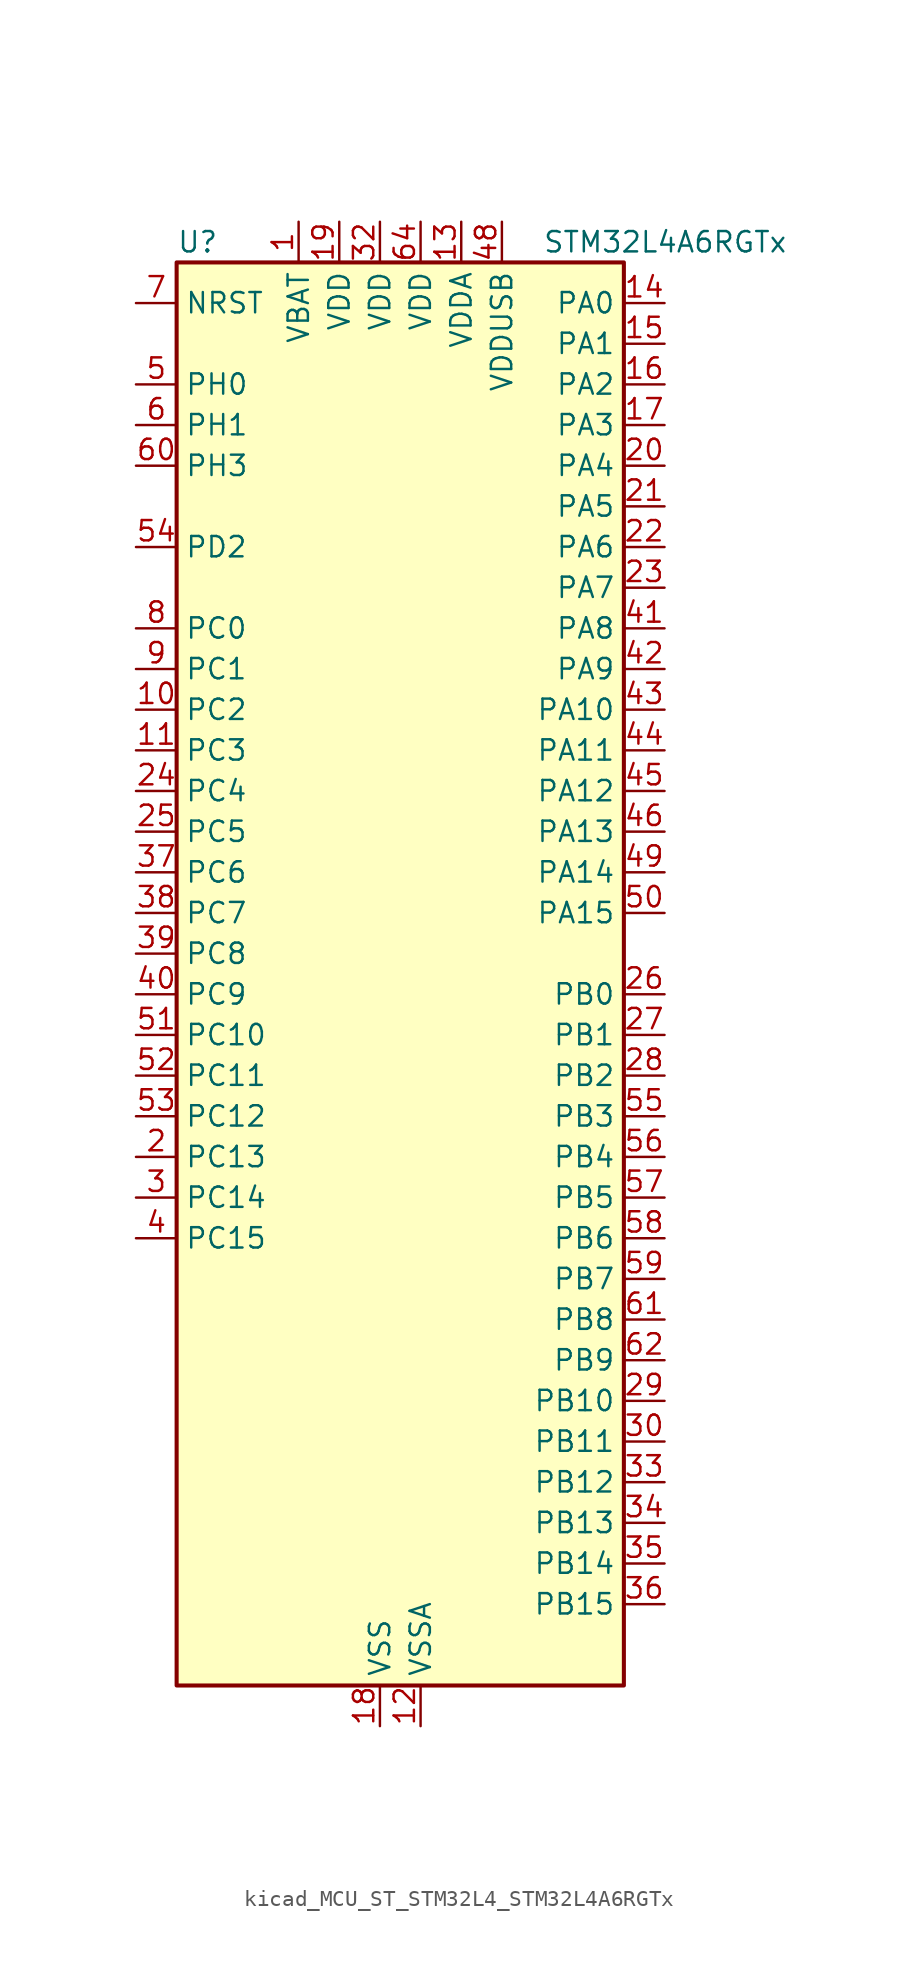
<source format=kicad_sym>
(kicad_symbol_lib
  (version 20220914)
  (generator kicad_symbol_editor)
  (symbol "kicad_MCU_ST_STM32L4_STM32L4A6RGTx"
    (property "Reference" "U"
      (at -12.7 46.99 0)
      (effects (font (size 1.27 1.27)) (justify left)))
    (property "Value" "STM32L4A6RGTx"
      (at 10.16 46.99 0)
      (effects (font (size 1.27 1.27)) (justify left)))
    (property "ki_locked" ""
      (at 0 0 0)
      (effects (font (size 1.27 1.27))))
    (symbol "kicad_MCU_ST_STM32L4_STM32L4A6RGTx_0_1"
      (rectangle (start -12.7 -43.18) (end 15.24 45.72) (stroke (width 0.254) (type default)) (fill (type background))))
    (symbol "kicad_MCU_ST_STM32L4_STM32L4A6RGTx_1_1"
      (pin power_in line (at -5.08 48.26 270) (length 2.54) (name "VBAT" (effects (font (size 1.27 1.27)))) (number "1" (effects (font (size 1.27 1.27)))))
      (pin bidirectional line (at -15.24 17.78 0) (length 2.54) (name "PC2" (effects (font (size 1.27 1.27)))) (number "10" (effects (font (size 1.27 1.27)))) (alternate "ADC1_IN3" bidirectional line) (alternate "ADC2_IN3" bidirectional line) (alternate "ADC3_IN3" bidirectional line) (alternate "DFSDM1_CKOUT" bidirectional line) (alternate "LCD_SEG20" bidirectional line) (alternate "LPTIM1_IN2" bidirectional line) (alternate "QUADSPI_BK2_IO1" bidirectional line) (alternate "SPI2_MISO" bidirectional line))
      (pin bidirectional line (at -15.24 15.24 0) (length 2.54) (name "PC3" (effects (font (size 1.27 1.27)))) (number "11" (effects (font (size 1.27 1.27)))) (alternate "ADC1_IN4" bidirectional line) (alternate "ADC2_IN4" bidirectional line) (alternate "ADC3_IN4" bidirectional line) (alternate "LCD_VLCD" bidirectional line) (alternate "LPTIM1_ETR" bidirectional line) (alternate "LPTIM2_ETR" bidirectional line) (alternate "QUADSPI_BK2_IO2" bidirectional line) (alternate "SAI1_SD_A" bidirectional line) (alternate "SPI2_MOSI" bidirectional line))
      (pin power_in line (at 2.54 -45.72 90) (length 2.54) (name "VSSA" (effects (font (size 1.27 1.27)))) (number "12" (effects (font (size 1.27 1.27)))))
      (pin power_in line (at 5.08 48.26 270) (length 2.54) (name "VDDA" (effects (font (size 1.27 1.27)))) (number "13" (effects (font (size 1.27 1.27)))))
      (pin bidirectional line (at 17.78 43.18 180) (length 2.54) (name "PA0" (effects (font (size 1.27 1.27)))) (number "14" (effects (font (size 1.27 1.27)))) (alternate "ADC1_IN5" bidirectional line) (alternate "ADC2_IN5" bidirectional line) (alternate "OPAMP1_VINP" bidirectional line) (alternate "RTC_TAMP2" bidirectional line) (alternate "SAI1_EXTCLK" bidirectional line) (alternate "SYS_WKUP1" bidirectional line) (alternate "TIM2_CH1" bidirectional line) (alternate "TIM2_ETR" bidirectional line) (alternate "TIM5_CH1" bidirectional line) (alternate "TIM8_ETR" bidirectional line) (alternate "UART4_TX" bidirectional line) (alternate "USART2_CTS" bidirectional line))
      (pin bidirectional line (at 17.78 40.64 180) (length 2.54) (name "PA1" (effects (font (size 1.27 1.27)))) (number "15" (effects (font (size 1.27 1.27)))) (alternate "ADC1_IN6" bidirectional line) (alternate "ADC2_IN6" bidirectional line) (alternate "I2C1_SMBA" bidirectional line) (alternate "LCD_SEG0" bidirectional line) (alternate "OPAMP1_VINM" bidirectional line) (alternate "SPI1_SCK" bidirectional line) (alternate "TIM15_CH1N" bidirectional line) (alternate "TIM2_CH2" bidirectional line) (alternate "TIM5_CH2" bidirectional line) (alternate "UART4_RX" bidirectional line) (alternate "USART2_DE" bidirectional line) (alternate "USART2_RTS" bidirectional line))
      (pin bidirectional line (at 17.78 38.1 180) (length 2.54) (name "PA2" (effects (font (size 1.27 1.27)))) (number "16" (effects (font (size 1.27 1.27)))) (alternate "ADC1_IN7" bidirectional line) (alternate "ADC2_IN7" bidirectional line) (alternate "LCD_SEG1" bidirectional line) (alternate "LPUART1_TX" bidirectional line) (alternate "QUADSPI_BK1_NCS" bidirectional line) (alternate "RCC_LSCO" bidirectional line) (alternate "SAI2_EXTCLK" bidirectional line) (alternate "SYS_WKUP4" bidirectional line) (alternate "TIM15_CH1" bidirectional line) (alternate "TIM2_CH3" bidirectional line) (alternate "TIM5_CH3" bidirectional line) (alternate "USART2_TX" bidirectional line))
      (pin bidirectional line (at 17.78 35.56 180) (length 2.54) (name "PA3" (effects (font (size 1.27 1.27)))) (number "17" (effects (font (size 1.27 1.27)))) (alternate "ADC1_IN8" bidirectional line) (alternate "ADC2_IN8" bidirectional line) (alternate "LCD_SEG2" bidirectional line) (alternate "LPUART1_RX" bidirectional line) (alternate "OPAMP1_VOUT" bidirectional line) (alternate "QUADSPI_CLK" bidirectional line) (alternate "SAI1_MCLK_A" bidirectional line) (alternate "TIM15_CH2" bidirectional line) (alternate "TIM2_CH4" bidirectional line) (alternate "TIM5_CH4" bidirectional line) (alternate "USART2_RX" bidirectional line))
      (pin power_in line (at 0 -45.72 90) (length 2.54) (name "VSS" (effects (font (size 1.27 1.27)))) (number "18" (effects (font (size 1.27 1.27)))))
      (pin power_in line (at -2.54 48.26 270) (length 2.54) (name "VDD" (effects (font (size 1.27 1.27)))) (number "19" (effects (font (size 1.27 1.27)))))
      (pin bidirectional line (at -15.24 -10.16 0) (length 2.54) (name "PC13" (effects (font (size 1.27 1.27)))) (number "2" (effects (font (size 1.27 1.27)))) (alternate "RTC_OUT_ALARM" bidirectional line) (alternate "RTC_OUT_CALIB" bidirectional line) (alternate "RTC_TAMP1" bidirectional line) (alternate "RTC_TS" bidirectional line) (alternate "SYS_WKUP2" bidirectional line))
      (pin bidirectional line (at 17.78 33.02 180) (length 2.54) (name "PA4" (effects (font (size 1.27 1.27)))) (number "20" (effects (font (size 1.27 1.27)))) (alternate "ADC1_IN9" bidirectional line) (alternate "ADC2_IN9" bidirectional line) (alternate "DAC1_OUT1" bidirectional line) (alternate "DCMI_HSYNC" bidirectional line) (alternate "LPTIM2_OUT" bidirectional line) (alternate "SAI1_FS_B" bidirectional line) (alternate "SPI1_NSS" bidirectional line) (alternate "SPI3_NSS" bidirectional line) (alternate "USART2_CK" bidirectional line))
      (pin bidirectional line (at 17.78 30.48 180) (length 2.54) (name "PA5" (effects (font (size 1.27 1.27)))) (number "21" (effects (font (size 1.27 1.27)))) (alternate "ADC1_IN10" bidirectional line) (alternate "ADC2_IN10" bidirectional line) (alternate "DAC1_OUT2" bidirectional line) (alternate "LPTIM2_ETR" bidirectional line) (alternate "SPI1_SCK" bidirectional line) (alternate "TIM2_CH1" bidirectional line) (alternate "TIM2_ETR" bidirectional line) (alternate "TIM8_CH1N" bidirectional line))
      (pin bidirectional line (at 17.78 27.94 180) (length 2.54) (name "PA6" (effects (font (size 1.27 1.27)))) (number "22" (effects (font (size 1.27 1.27)))) (alternate "ADC1_IN11" bidirectional line) (alternate "ADC2_IN11" bidirectional line) (alternate "DCMI_PIXCLK" bidirectional line) (alternate "LCD_SEG3" bidirectional line) (alternate "LPUART1_CTS" bidirectional line) (alternate "OPAMP2_VINP" bidirectional line) (alternate "QUADSPI_BK1_IO3" bidirectional line) (alternate "SPI1_MISO" bidirectional line) (alternate "TIM16_CH1" bidirectional line) (alternate "TIM1_BKIN" bidirectional line) (alternate "TIM1_BKIN_COMP2" bidirectional line) (alternate "TIM3_CH1" bidirectional line) (alternate "TIM8_BKIN" bidirectional line) (alternate "TIM8_BKIN_COMP2" bidirectional line) (alternate "USART3_CTS" bidirectional line))
      (pin bidirectional line (at 17.78 25.4 180) (length 2.54) (name "PA7" (effects (font (size 1.27 1.27)))) (number "23" (effects (font (size 1.27 1.27)))) (alternate "ADC1_IN12" bidirectional line) (alternate "ADC2_IN12" bidirectional line) (alternate "I2C3_SCL" bidirectional line) (alternate "LCD_SEG4" bidirectional line) (alternate "OPAMP2_VINM" bidirectional line) (alternate "QUADSPI_BK1_IO2" bidirectional line) (alternate "SPI1_MOSI" bidirectional line) (alternate "TIM17_CH1" bidirectional line) (alternate "TIM1_CH1N" bidirectional line) (alternate "TIM3_CH2" bidirectional line) (alternate "TIM8_CH1N" bidirectional line))
      (pin bidirectional line (at -15.24 12.7 0) (length 2.54) (name "PC4" (effects (font (size 1.27 1.27)))) (number "24" (effects (font (size 1.27 1.27)))) (alternate "ADC1_IN13" bidirectional line) (alternate "ADC2_IN13" bidirectional line) (alternate "COMP1_INM" bidirectional line) (alternate "LCD_SEG22" bidirectional line) (alternate "QUADSPI_BK2_IO3" bidirectional line) (alternate "USART3_TX" bidirectional line))
      (pin bidirectional line (at -15.24 10.16 0) (length 2.54) (name "PC5" (effects (font (size 1.27 1.27)))) (number "25" (effects (font (size 1.27 1.27)))) (alternate "ADC1_IN14" bidirectional line) (alternate "ADC2_IN14" bidirectional line) (alternate "COMP1_INP" bidirectional line) (alternate "LCD_SEG23" bidirectional line) (alternate "SYS_WKUP5" bidirectional line) (alternate "USART3_RX" bidirectional line))
      (pin bidirectional line (at 17.78 0 180) (length 2.54) (name "PB0" (effects (font (size 1.27 1.27)))) (number "26" (effects (font (size 1.27 1.27)))) (alternate "ADC1_IN15" bidirectional line) (alternate "ADC2_IN15" bidirectional line) (alternate "COMP1_OUT" bidirectional line) (alternate "LCD_SEG5" bidirectional line) (alternate "OPAMP2_VOUT" bidirectional line) (alternate "QUADSPI_BK1_IO1" bidirectional line) (alternate "SAI1_EXTCLK" bidirectional line) (alternate "SPI1_NSS" bidirectional line) (alternate "TIM1_CH2N" bidirectional line) (alternate "TIM3_CH3" bidirectional line) (alternate "TIM8_CH2N" bidirectional line) (alternate "USART3_CK" bidirectional line))
      (pin bidirectional line (at 17.78 -2.54 180) (length 2.54) (name "PB1" (effects (font (size 1.27 1.27)))) (number "27" (effects (font (size 1.27 1.27)))) (alternate "ADC1_IN16" bidirectional line) (alternate "ADC2_IN16" bidirectional line) (alternate "COMP1_INM" bidirectional line) (alternate "DFSDM1_DATIN0" bidirectional line) (alternate "LCD_SEG6" bidirectional line) (alternate "LPTIM2_IN1" bidirectional line) (alternate "LPUART1_DE" bidirectional line) (alternate "LPUART1_RTS" bidirectional line) (alternate "QUADSPI_BK1_IO0" bidirectional line) (alternate "TIM1_CH3N" bidirectional line) (alternate "TIM3_CH4" bidirectional line) (alternate "TIM8_CH3N" bidirectional line) (alternate "USART3_DE" bidirectional line) (alternate "USART3_RTS" bidirectional line))
      (pin bidirectional line (at 17.78 -5.08 180) (length 2.54) (name "PB2" (effects (font (size 1.27 1.27)))) (number "28" (effects (font (size 1.27 1.27)))) (alternate "COMP1_INP" bidirectional line) (alternate "DFSDM1_CKIN0" bidirectional line) (alternate "I2C3_SMBA" bidirectional line) (alternate "LCD_VLCD" bidirectional line) (alternate "LPTIM1_OUT" bidirectional line) (alternate "RTC_OUT_ALARM" bidirectional line) (alternate "RTC_OUT_CALIB" bidirectional line))
      (pin bidirectional line (at 17.78 -25.4 180) (length 2.54) (name "PB10" (effects (font (size 1.27 1.27)))) (number "29" (effects (font (size 1.27 1.27)))) (alternate "COMP1_OUT" bidirectional line) (alternate "DFSDM1_DATIN7" bidirectional line) (alternate "I2C2_SCL" bidirectional line) (alternate "I2C4_SCL" bidirectional line) (alternate "LCD_SEG10" bidirectional line) (alternate "LPUART1_RX" bidirectional line) (alternate "QUADSPI_CLK" bidirectional line) (alternate "SAI1_SCK_A" bidirectional line) (alternate "SPI2_SCK" bidirectional line) (alternate "TIM2_CH3" bidirectional line) (alternate "TSC_SYNC" bidirectional line) (alternate "USART3_TX" bidirectional line))
      (pin bidirectional line (at -15.24 -12.7 0) (length 2.54) (name "PC14" (effects (font (size 1.27 1.27)))) (number "3" (effects (font (size 1.27 1.27)))) (alternate "RCC_OSC32_IN" bidirectional line))
      (pin bidirectional line (at 17.78 -27.94 180) (length 2.54) (name "PB11" (effects (font (size 1.27 1.27)))) (number "30" (effects (font (size 1.27 1.27)))) (alternate "ADC1_EXTI11" bidirectional line) (alternate "ADC2_EXTI11" bidirectional line) (alternate "ADC3_EXTI11" bidirectional line) (alternate "COMP2_OUT" bidirectional line) (alternate "DFSDM1_CKIN7" bidirectional line) (alternate "I2C2_SDA" bidirectional line) (alternate "I2C4_SDA" bidirectional line) (alternate "LCD_SEG11" bidirectional line) (alternate "LPUART1_TX" bidirectional line) (alternate "QUADSPI_BK1_NCS" bidirectional line) (alternate "TIM2_CH4" bidirectional line) (alternate "USART3_RX" bidirectional line))
      (pin passive line (at 0 -45.72 90) (length 2.54) hide (name "VSS" (effects (font (size 1.27 1.27)))) (number "31" (effects (font (size 1.27 1.27)))))
      (pin power_in line (at 0 48.26 270) (length 2.54) (name "VDD" (effects (font (size 1.27 1.27)))) (number "32" (effects (font (size 1.27 1.27)))))
      (pin bidirectional line (at 17.78 -30.48 180) (length 2.54) (name "PB12" (effects (font (size 1.27 1.27)))) (number "33" (effects (font (size 1.27 1.27)))) (alternate "CAN2_RX" bidirectional line) (alternate "DFSDM1_DATIN1" bidirectional line) (alternate "I2C2_SMBA" bidirectional line) (alternate "LCD_SEG12" bidirectional line) (alternate "LPUART1_DE" bidirectional line) (alternate "LPUART1_RTS" bidirectional line) (alternate "SAI2_FS_A" bidirectional line) (alternate "SPI2_NSS" bidirectional line) (alternate "SWPMI1_IO" bidirectional line) (alternate "TIM15_BKIN" bidirectional line) (alternate "TIM1_BKIN" bidirectional line) (alternate "TIM1_BKIN_COMP2" bidirectional line) (alternate "TSC_G1_IO1" bidirectional line) (alternate "USART3_CK" bidirectional line))
      (pin bidirectional line (at 17.78 -33.02 180) (length 2.54) (name "PB13" (effects (font (size 1.27 1.27)))) (number "34" (effects (font (size 1.27 1.27)))) (alternate "CAN2_TX" bidirectional line) (alternate "DFSDM1_CKIN1" bidirectional line) (alternate "I2C2_SCL" bidirectional line) (alternate "LCD_SEG13" bidirectional line) (alternate "LPUART1_CTS" bidirectional line) (alternate "SAI2_SCK_A" bidirectional line) (alternate "SPI2_SCK" bidirectional line) (alternate "SWPMI1_TX" bidirectional line) (alternate "TIM15_CH1N" bidirectional line) (alternate "TIM1_CH1N" bidirectional line) (alternate "TSC_G1_IO2" bidirectional line) (alternate "USART3_CTS" bidirectional line))
      (pin bidirectional line (at 17.78 -35.56 180) (length 2.54) (name "PB14" (effects (font (size 1.27 1.27)))) (number "35" (effects (font (size 1.27 1.27)))) (alternate "DFSDM1_DATIN2" bidirectional line) (alternate "I2C2_SDA" bidirectional line) (alternate "LCD_SEG14" bidirectional line) (alternate "SAI2_MCLK_A" bidirectional line) (alternate "SPI2_MISO" bidirectional line) (alternate "SWPMI1_RX" bidirectional line) (alternate "TIM15_CH1" bidirectional line) (alternate "TIM1_CH2N" bidirectional line) (alternate "TIM8_CH2N" bidirectional line) (alternate "TSC_G1_IO3" bidirectional line) (alternate "USART3_DE" bidirectional line) (alternate "USART3_RTS" bidirectional line))
      (pin bidirectional line (at 17.78 -38.1 180) (length 2.54) (name "PB15" (effects (font (size 1.27 1.27)))) (number "36" (effects (font (size 1.27 1.27)))) (alternate "ADC1_EXTI15" bidirectional line) (alternate "ADC2_EXTI15" bidirectional line) (alternate "ADC3_EXTI15" bidirectional line) (alternate "DFSDM1_CKIN2" bidirectional line) (alternate "LCD_SEG15" bidirectional line) (alternate "RTC_REFIN" bidirectional line) (alternate "SAI2_SD_A" bidirectional line) (alternate "SPI2_MOSI" bidirectional line) (alternate "SWPMI1_SUSPEND" bidirectional line) (alternate "TIM15_CH2" bidirectional line) (alternate "TIM1_CH3N" bidirectional line) (alternate "TIM8_CH3N" bidirectional line) (alternate "TSC_G1_IO4" bidirectional line))
      (pin bidirectional line (at -15.24 7.62 0) (length 2.54) (name "PC6" (effects (font (size 1.27 1.27)))) (number "37" (effects (font (size 1.27 1.27)))) (alternate "DCMI_D0" bidirectional line) (alternate "DFSDM1_CKIN3" bidirectional line) (alternate "LCD_SEG24" bidirectional line) (alternate "SAI2_MCLK_A" bidirectional line) (alternate "SDMMC1_D6" bidirectional line) (alternate "TIM3_CH1" bidirectional line) (alternate "TIM8_CH1" bidirectional line) (alternate "TSC_G4_IO1" bidirectional line))
      (pin bidirectional line (at -15.24 5.08 0) (length 2.54) (name "PC7" (effects (font (size 1.27 1.27)))) (number "38" (effects (font (size 1.27 1.27)))) (alternate "DCMI_D1" bidirectional line) (alternate "DFSDM1_DATIN3" bidirectional line) (alternate "LCD_SEG25" bidirectional line) (alternate "SAI2_MCLK_B" bidirectional line) (alternate "SDMMC1_D7" bidirectional line) (alternate "TIM3_CH2" bidirectional line) (alternate "TIM8_CH2" bidirectional line) (alternate "TSC_G4_IO2" bidirectional line))
      (pin bidirectional line (at -15.24 2.54 0) (length 2.54) (name "PC8" (effects (font (size 1.27 1.27)))) (number "39" (effects (font (size 1.27 1.27)))) (alternate "DCMI_D2" bidirectional line) (alternate "LCD_SEG26" bidirectional line) (alternate "SDMMC1_D0" bidirectional line) (alternate "TIM3_CH3" bidirectional line) (alternate "TIM8_CH3" bidirectional line) (alternate "TSC_G4_IO3" bidirectional line))
      (pin bidirectional line (at -15.24 -15.24 0) (length 2.54) (name "PC15" (effects (font (size 1.27 1.27)))) (number "4" (effects (font (size 1.27 1.27)))) (alternate "ADC1_EXTI15" bidirectional line) (alternate "ADC2_EXTI15" bidirectional line) (alternate "ADC3_EXTI15" bidirectional line) (alternate "RCC_OSC32_OUT" bidirectional line))
      (pin bidirectional line (at -15.24 0 0) (length 2.54) (name "PC9" (effects (font (size 1.27 1.27)))) (number "40" (effects (font (size 1.27 1.27)))) (alternate "DAC1_EXTI9" bidirectional line) (alternate "DCMI_D3" bidirectional line) (alternate "I2C3_SDA" bidirectional line) (alternate "LCD_SEG27" bidirectional line) (alternate "SAI2_EXTCLK" bidirectional line) (alternate "SDMMC1_D1" bidirectional line) (alternate "TIM3_CH4" bidirectional line) (alternate "TIM8_BKIN2" bidirectional line) (alternate "TIM8_BKIN2_COMP1" bidirectional line) (alternate "TIM8_CH4" bidirectional line) (alternate "TSC_G4_IO4" bidirectional line) (alternate "USB_OTG_FS_NOE" bidirectional line))
      (pin bidirectional line (at 17.78 22.86 180) (length 2.54) (name "PA8" (effects (font (size 1.27 1.27)))) (number "41" (effects (font (size 1.27 1.27)))) (alternate "LCD_COM0" bidirectional line) (alternate "LPTIM2_OUT" bidirectional line) (alternate "RCC_MCO" bidirectional line) (alternate "SAI1_SCK_A" bidirectional line) (alternate "SWPMI1_IO" bidirectional line) (alternate "TIM1_CH1" bidirectional line) (alternate "USART1_CK" bidirectional line) (alternate "USB_OTG_FS_SOF" bidirectional line))
      (pin bidirectional line (at 17.78 20.32 180) (length 2.54) (name "PA9" (effects (font (size 1.27 1.27)))) (number "42" (effects (font (size 1.27 1.27)))) (alternate "DAC1_EXTI9" bidirectional line) (alternate "DCMI_D0" bidirectional line) (alternate "LCD_COM1" bidirectional line) (alternate "SAI1_FS_A" bidirectional line) (alternate "SPI2_SCK" bidirectional line) (alternate "TIM15_BKIN" bidirectional line) (alternate "TIM1_CH2" bidirectional line) (alternate "USART1_TX" bidirectional line) (alternate "USB_OTG_FS_VBUS" bidirectional line))
      (pin bidirectional line (at 17.78 17.78 180) (length 2.54) (name "PA10" (effects (font (size 1.27 1.27)))) (number "43" (effects (font (size 1.27 1.27)))) (alternate "DCMI_D1" bidirectional line) (alternate "LCD_COM2" bidirectional line) (alternate "SAI1_SD_A" bidirectional line) (alternate "TIM17_BKIN" bidirectional line) (alternate "TIM1_CH3" bidirectional line) (alternate "USART1_RX" bidirectional line) (alternate "USB_OTG_FS_ID" bidirectional line))
      (pin bidirectional line (at 17.78 15.24 180) (length 2.54) (name "PA11" (effects (font (size 1.27 1.27)))) (number "44" (effects (font (size 1.27 1.27)))) (alternate "ADC1_EXTI11" bidirectional line) (alternate "ADC2_EXTI11" bidirectional line) (alternate "ADC3_EXTI11" bidirectional line) (alternate "CAN1_RX" bidirectional line) (alternate "SPI1_MISO" bidirectional line) (alternate "TIM1_BKIN2" bidirectional line) (alternate "TIM1_BKIN2_COMP1" bidirectional line) (alternate "TIM1_CH4" bidirectional line) (alternate "USART1_CTS" bidirectional line) (alternate "USB_OTG_FS_DM" bidirectional line))
      (pin bidirectional line (at 17.78 12.7 180) (length 2.54) (name "PA12" (effects (font (size 1.27 1.27)))) (number "45" (effects (font (size 1.27 1.27)))) (alternate "CAN1_TX" bidirectional line) (alternate "SPI1_MOSI" bidirectional line) (alternate "TIM1_ETR" bidirectional line) (alternate "USART1_DE" bidirectional line) (alternate "USART1_RTS" bidirectional line) (alternate "USB_OTG_FS_DP" bidirectional line))
      (pin bidirectional line (at 17.78 10.16 180) (length 2.54) (name "PA13" (effects (font (size 1.27 1.27)))) (number "46" (effects (font (size 1.27 1.27)))) (alternate "IR_OUT" bidirectional line) (alternate "SAI1_SD_B" bidirectional line) (alternate "SWPMI1_TX" bidirectional line) (alternate "SYS_JTMS-SWDIO" bidirectional line) (alternate "USB_OTG_FS_NOE" bidirectional line))
      (pin passive line (at 0 -45.72 90) (length 2.54) hide (name "VSS" (effects (font (size 1.27 1.27)))) (number "47" (effects (font (size 1.27 1.27)))))
      (pin power_in line (at 7.62 48.26 270) (length 2.54) (name "VDDUSB" (effects (font (size 1.27 1.27)))) (number "48" (effects (font (size 1.27 1.27)))))
      (pin bidirectional line (at 17.78 7.62 180) (length 2.54) (name "PA14" (effects (font (size 1.27 1.27)))) (number "49" (effects (font (size 1.27 1.27)))) (alternate "I2C1_SMBA" bidirectional line) (alternate "I2C4_SMBA" bidirectional line) (alternate "LPTIM1_OUT" bidirectional line) (alternate "SAI1_FS_B" bidirectional line) (alternate "SWPMI1_RX" bidirectional line) (alternate "SYS_JTCK-SWCLK" bidirectional line) (alternate "USB_OTG_FS_SOF" bidirectional line))
      (pin bidirectional line (at -15.24 38.1 0) (length 2.54) (name "PH0" (effects (font (size 1.27 1.27)))) (number "5" (effects (font (size 1.27 1.27)))) (alternate "RCC_OSC_IN" bidirectional line))
      (pin bidirectional line (at 17.78 5.08 180) (length 2.54) (name "PA15" (effects (font (size 1.27 1.27)))) (number "50" (effects (font (size 1.27 1.27)))) (alternate "ADC1_EXTI15" bidirectional line) (alternate "ADC2_EXTI15" bidirectional line) (alternate "ADC3_EXTI15" bidirectional line) (alternate "LCD_SEG17" bidirectional line) (alternate "SAI2_FS_B" bidirectional line) (alternate "SPI1_NSS" bidirectional line) (alternate "SPI3_NSS" bidirectional line) (alternate "SWPMI1_SUSPEND" bidirectional line) (alternate "SYS_JTDI" bidirectional line) (alternate "TIM2_CH1" bidirectional line) (alternate "TIM2_ETR" bidirectional line) (alternate "TSC_G3_IO1" bidirectional line) (alternate "UART4_DE" bidirectional line) (alternate "UART4_RTS" bidirectional line) (alternate "USART2_RX" bidirectional line) (alternate "USART3_DE" bidirectional line) (alternate "USART3_RTS" bidirectional line))
      (pin bidirectional line (at -15.24 -2.54 0) (length 2.54) (name "PC10" (effects (font (size 1.27 1.27)))) (number "51" (effects (font (size 1.27 1.27)))) (alternate "DCMI_D8" bidirectional line) (alternate "LCD_COM4" bidirectional line) (alternate "LCD_SEG28" bidirectional line) (alternate "LCD_SEG40" bidirectional line) (alternate "SAI2_SCK_B" bidirectional line) (alternate "SDMMC1_D2" bidirectional line) (alternate "SPI3_SCK" bidirectional line) (alternate "SYS_TRACED1" bidirectional line) (alternate "TSC_G3_IO2" bidirectional line) (alternate "UART4_TX" bidirectional line) (alternate "USART3_TX" bidirectional line))
      (pin bidirectional line (at -15.24 -5.08 0) (length 2.54) (name "PC11" (effects (font (size 1.27 1.27)))) (number "52" (effects (font (size 1.27 1.27)))) (alternate "ADC1_EXTI11" bidirectional line) (alternate "ADC2_EXTI11" bidirectional line) (alternate "ADC3_EXTI11" bidirectional line) (alternate "DCMI_D4" bidirectional line) (alternate "LCD_COM5" bidirectional line) (alternate "LCD_SEG29" bidirectional line) (alternate "LCD_SEG41" bidirectional line) (alternate "QUADSPI_BK2_NCS" bidirectional line) (alternate "SAI2_MCLK_B" bidirectional line) (alternate "SDMMC1_D3" bidirectional line) (alternate "SPI3_MISO" bidirectional line) (alternate "TSC_G3_IO3" bidirectional line) (alternate "UART4_RX" bidirectional line) (alternate "USART3_RX" bidirectional line))
      (pin bidirectional line (at -15.24 -7.62 0) (length 2.54) (name "PC12" (effects (font (size 1.27 1.27)))) (number "53" (effects (font (size 1.27 1.27)))) (alternate "DCMI_D9" bidirectional line) (alternate "LCD_COM6" bidirectional line) (alternate "LCD_SEG30" bidirectional line) (alternate "LCD_SEG42" bidirectional line) (alternate "SAI2_SD_B" bidirectional line) (alternate "SDMMC1_CK" bidirectional line) (alternate "SPI3_MOSI" bidirectional line) (alternate "SYS_TRACED3" bidirectional line) (alternate "TSC_G3_IO4" bidirectional line) (alternate "UART5_TX" bidirectional line) (alternate "USART3_CK" bidirectional line))
      (pin bidirectional line (at -15.24 27.94 0) (length 2.54) (name "PD2" (effects (font (size 1.27 1.27)))) (number "54" (effects (font (size 1.27 1.27)))) (alternate "DCMI_D11" bidirectional line) (alternate "LCD_COM7" bidirectional line) (alternate "LCD_SEG31" bidirectional line) (alternate "LCD_SEG43" bidirectional line) (alternate "SDMMC1_CMD" bidirectional line) (alternate "SYS_TRACED2" bidirectional line) (alternate "TIM3_ETR" bidirectional line) (alternate "TSC_SYNC" bidirectional line) (alternate "UART5_RX" bidirectional line) (alternate "USART3_DE" bidirectional line) (alternate "USART3_RTS" bidirectional line))
      (pin bidirectional line (at 17.78 -7.62 180) (length 2.54) (name "PB3" (effects (font (size 1.27 1.27)))) (number "55" (effects (font (size 1.27 1.27)))) (alternate "COMP2_INM" bidirectional line) (alternate "CRS_SYNC" bidirectional line) (alternate "LCD_SEG7" bidirectional line) (alternate "SAI1_SCK_B" bidirectional line) (alternate "SPI1_SCK" bidirectional line) (alternate "SPI3_SCK" bidirectional line) (alternate "SYS_JTDO-SWO" bidirectional line) (alternate "TIM2_CH2" bidirectional line) (alternate "USART1_DE" bidirectional line) (alternate "USART1_RTS" bidirectional line))
      (pin bidirectional line (at 17.78 -10.16 180) (length 2.54) (name "PB4" (effects (font (size 1.27 1.27)))) (number "56" (effects (font (size 1.27 1.27)))) (alternate "COMP2_INP" bidirectional line) (alternate "DCMI_D12" bidirectional line) (alternate "I2C3_SDA" bidirectional line) (alternate "LCD_SEG8" bidirectional line) (alternate "SAI1_MCLK_B" bidirectional line) (alternate "SPI1_MISO" bidirectional line) (alternate "SPI3_MISO" bidirectional line) (alternate "SYS_JTRST" bidirectional line) (alternate "TIM17_BKIN" bidirectional line) (alternate "TIM3_CH1" bidirectional line) (alternate "TSC_G2_IO1" bidirectional line) (alternate "UART5_DE" bidirectional line) (alternate "UART5_RTS" bidirectional line) (alternate "USART1_CTS" bidirectional line))
      (pin bidirectional line (at 17.78 -12.7 180) (length 2.54) (name "PB5" (effects (font (size 1.27 1.27)))) (number "57" (effects (font (size 1.27 1.27)))) (alternate "CAN2_RX" bidirectional line) (alternate "COMP2_OUT" bidirectional line) (alternate "DCMI_D10" bidirectional line) (alternate "I2C1_SMBA" bidirectional line) (alternate "LCD_SEG9" bidirectional line) (alternate "LPTIM1_IN1" bidirectional line) (alternate "SAI1_SD_B" bidirectional line) (alternate "SPI1_MOSI" bidirectional line) (alternate "SPI3_MOSI" bidirectional line) (alternate "TIM16_BKIN" bidirectional line) (alternate "TIM3_CH2" bidirectional line) (alternate "TSC_G2_IO2" bidirectional line) (alternate "UART5_CTS" bidirectional line) (alternate "USART1_CK" bidirectional line))
      (pin bidirectional line (at 17.78 -15.24 180) (length 2.54) (name "PB6" (effects (font (size 1.27 1.27)))) (number "58" (effects (font (size 1.27 1.27)))) (alternate "CAN2_TX" bidirectional line) (alternate "COMP2_INP" bidirectional line) (alternate "DCMI_D5" bidirectional line) (alternate "DFSDM1_DATIN5" bidirectional line) (alternate "I2C1_SCL" bidirectional line) (alternate "I2C4_SCL" bidirectional line) (alternate "LPTIM1_ETR" bidirectional line) (alternate "SAI1_FS_B" bidirectional line) (alternate "TIM16_CH1N" bidirectional line) (alternate "TIM4_CH1" bidirectional line) (alternate "TIM8_BKIN2" bidirectional line) (alternate "TIM8_BKIN2_COMP2" bidirectional line) (alternate "TSC_G2_IO3" bidirectional line) (alternate "USART1_TX" bidirectional line))
      (pin bidirectional line (at 17.78 -17.78 180) (length 2.54) (name "PB7" (effects (font (size 1.27 1.27)))) (number "59" (effects (font (size 1.27 1.27)))) (alternate "COMP2_INM" bidirectional line) (alternate "DCMI_VSYNC" bidirectional line) (alternate "DFSDM1_CKIN5" bidirectional line) (alternate "I2C1_SDA" bidirectional line) (alternate "I2C4_SDA" bidirectional line) (alternate "LCD_SEG21" bidirectional line) (alternate "LPTIM1_IN2" bidirectional line) (alternate "SYS_PVD_IN" bidirectional line) (alternate "TIM17_CH1N" bidirectional line) (alternate "TIM4_CH2" bidirectional line) (alternate "TIM8_BKIN" bidirectional line) (alternate "TIM8_BKIN_COMP1" bidirectional line) (alternate "TSC_G2_IO4" bidirectional line) (alternate "UART4_CTS" bidirectional line) (alternate "USART1_RX" bidirectional line))
      (pin bidirectional line (at -15.24 35.56 0) (length 2.54) (name "PH1" (effects (font (size 1.27 1.27)))) (number "6" (effects (font (size 1.27 1.27)))) (alternate "RCC_OSC_OUT" bidirectional line))
      (pin bidirectional line (at -15.24 33.02 0) (length 2.54) (name "PH3" (effects (font (size 1.27 1.27)))) (number "60" (effects (font (size 1.27 1.27)))))
      (pin bidirectional line (at 17.78 -20.32 180) (length 2.54) (name "PB8" (effects (font (size 1.27 1.27)))) (number "61" (effects (font (size 1.27 1.27)))) (alternate "CAN1_RX" bidirectional line) (alternate "DCMI_D6" bidirectional line) (alternate "DFSDM1_DATIN6" bidirectional line) (alternate "I2C1_SCL" bidirectional line) (alternate "LCD_SEG16" bidirectional line) (alternate "SAI1_MCLK_A" bidirectional line) (alternate "SDMMC1_D4" bidirectional line) (alternate "TIM16_CH1" bidirectional line) (alternate "TIM4_CH3" bidirectional line))
      (pin bidirectional line (at 17.78 -22.86 180) (length 2.54) (name "PB9" (effects (font (size 1.27 1.27)))) (number "62" (effects (font (size 1.27 1.27)))) (alternate "CAN1_TX" bidirectional line) (alternate "DAC1_EXTI9" bidirectional line) (alternate "DCMI_D7" bidirectional line) (alternate "DFSDM1_CKIN6" bidirectional line) (alternate "I2C1_SDA" bidirectional line) (alternate "IR_OUT" bidirectional line) (alternate "LCD_COM3" bidirectional line) (alternate "SAI1_FS_A" bidirectional line) (alternate "SDMMC1_D5" bidirectional line) (alternate "SPI2_NSS" bidirectional line) (alternate "TIM17_CH1" bidirectional line) (alternate "TIM4_CH4" bidirectional line))
      (pin passive line (at 0 -45.72 90) (length 2.54) hide (name "VSS" (effects (font (size 1.27 1.27)))) (number "63" (effects (font (size 1.27 1.27)))))
      (pin power_in line (at 2.54 48.26 270) (length 2.54) (name "VDD" (effects (font (size 1.27 1.27)))) (number "64" (effects (font (size 1.27 1.27)))))
      (pin input line (at -15.24 43.18 0) (length 2.54) (name "NRST" (effects (font (size 1.27 1.27)))) (number "7" (effects (font (size 1.27 1.27)))))
      (pin bidirectional line (at -15.24 22.86 0) (length 2.54) (name "PC0" (effects (font (size 1.27 1.27)))) (number "8" (effects (font (size 1.27 1.27)))) (alternate "ADC1_IN1" bidirectional line) (alternate "ADC2_IN1" bidirectional line) (alternate "ADC3_IN1" bidirectional line) (alternate "DFSDM1_DATIN4" bidirectional line) (alternate "I2C3_SCL" bidirectional line) (alternate "I2C4_SCL" bidirectional line) (alternate "LCD_SEG18" bidirectional line) (alternate "LPTIM1_IN1" bidirectional line) (alternate "LPTIM2_IN1" bidirectional line) (alternate "LPUART1_RX" bidirectional line))
      (pin bidirectional line (at -15.24 20.32 0) (length 2.54) (name "PC1" (effects (font (size 1.27 1.27)))) (number "9" (effects (font (size 1.27 1.27)))) (alternate "ADC1_IN2" bidirectional line) (alternate "ADC2_IN2" bidirectional line) (alternate "ADC3_IN2" bidirectional line) (alternate "DFSDM1_CKIN4" bidirectional line) (alternate "I2C3_SDA" bidirectional line) (alternate "I2C4_SDA" bidirectional line) (alternate "LCD_SEG19" bidirectional line) (alternate "LPTIM1_OUT" bidirectional line) (alternate "LPUART1_TX" bidirectional line) (alternate "QUADSPI_BK2_IO0" bidirectional line) (alternate "SAI1_SD_A" bidirectional line) (alternate "SPI2_MOSI" bidirectional line) (alternate "SYS_TRACED0" bidirectional line)))))
</source>
